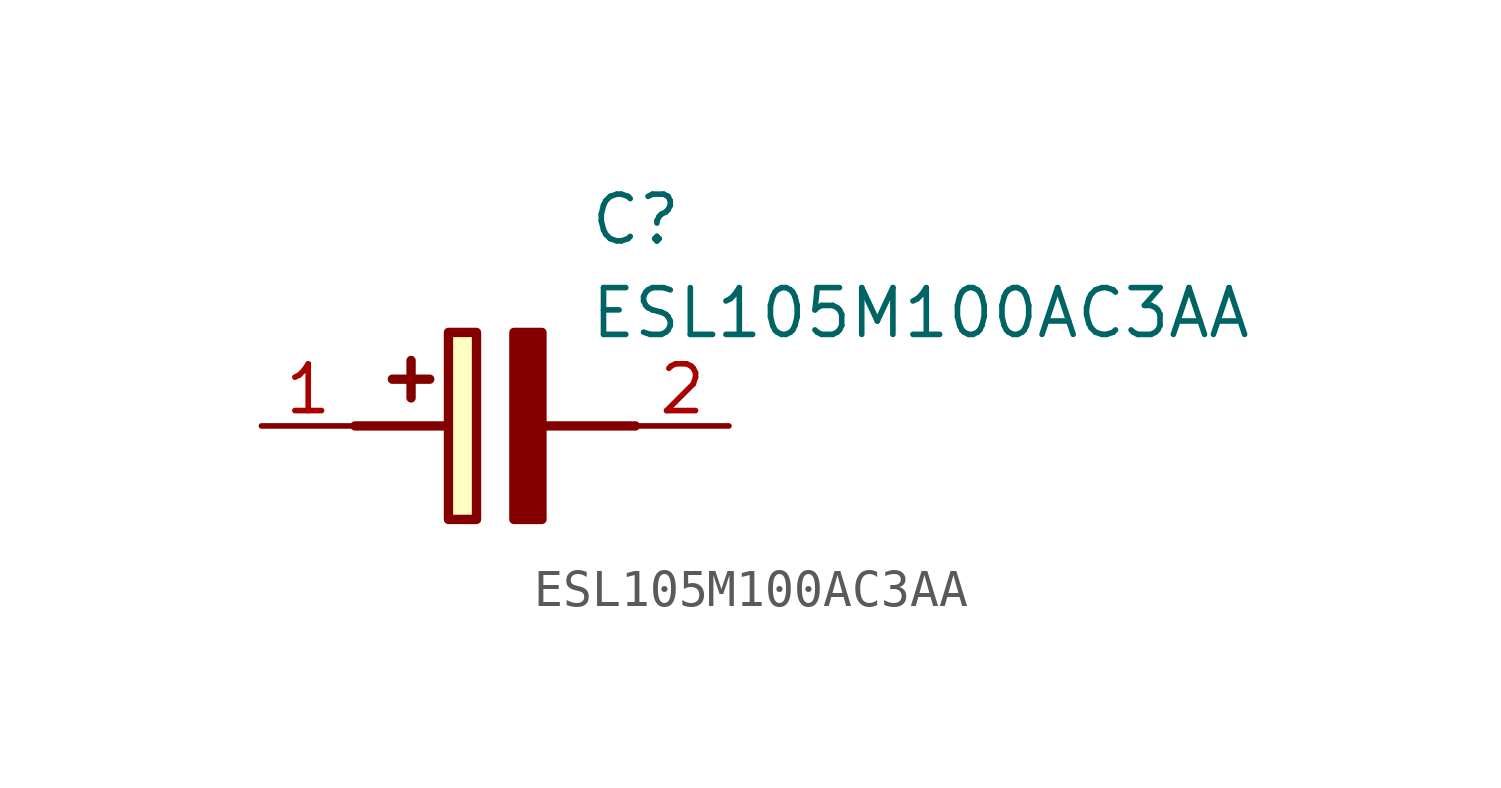
<source format=kicad_sym>
(kicad_symbol_lib
  (version 20211014)
  (generator SamacSys_ECAD_Model)
  (symbol "ESL105M100AC3AA"
    (pin_names hide)
    (property "Reference" "C"
      (at 8.89 6.35 0)
      (effects (font (size 1.27 1.27)) (justify left top)))
    (property "Value" "ESL105M100AC3AA"
      (at 8.89 3.81 0)
      (effects (font (size 1.27 1.27)) (justify left top)))
    (rectangle
      (start 5.08 2.54)
      (end 5.842 -2.54)
      (stroke (width 0.254) (type default))
      (fill (type background)))
    (polyline
      (pts (xy 4.572 1.27) (xy 3.556 1.27))
      (stroke (width 0.254) (type default))
      (fill (type none)))
    (polyline
      (pts (xy 4.064 1.778) (xy 4.064 0.762))
      (stroke (width 0.254) (type default))
      (fill (type none)))
    (polyline
      (pts (xy 2.54 0) (xy 5.08 0))
      (stroke (width 0.254) (type default))
      (fill (type none)))
    (polyline
      (pts (xy 7.62 0) (xy 10.16 0))
      (stroke (width 0.254) (type default))
      (fill (type none)))
    (polyline
      (pts (xy 7.62 2.54) (xy 7.62 -2.54) (xy 6.858 -2.54) (xy 6.858 2.54) (xy 7.62 2.54))
      (stroke (width 0.254) (type default))
      (fill (type outline)))
    (pin passive line
      (at 0 0 0)
      (length 2.54)
      (name "+" (effects (font (size 1.27 1.27))))
      (number "1" (effects (font (size 1.27 1.27)))))
    (pin passive line
      (at 12.7 0 180)
      (length 2.54)
      (name "-" (effects (font (size 1.27 1.27))))
      (number "2" (effects (font (size 1.27 1.27)))))))
</source>
